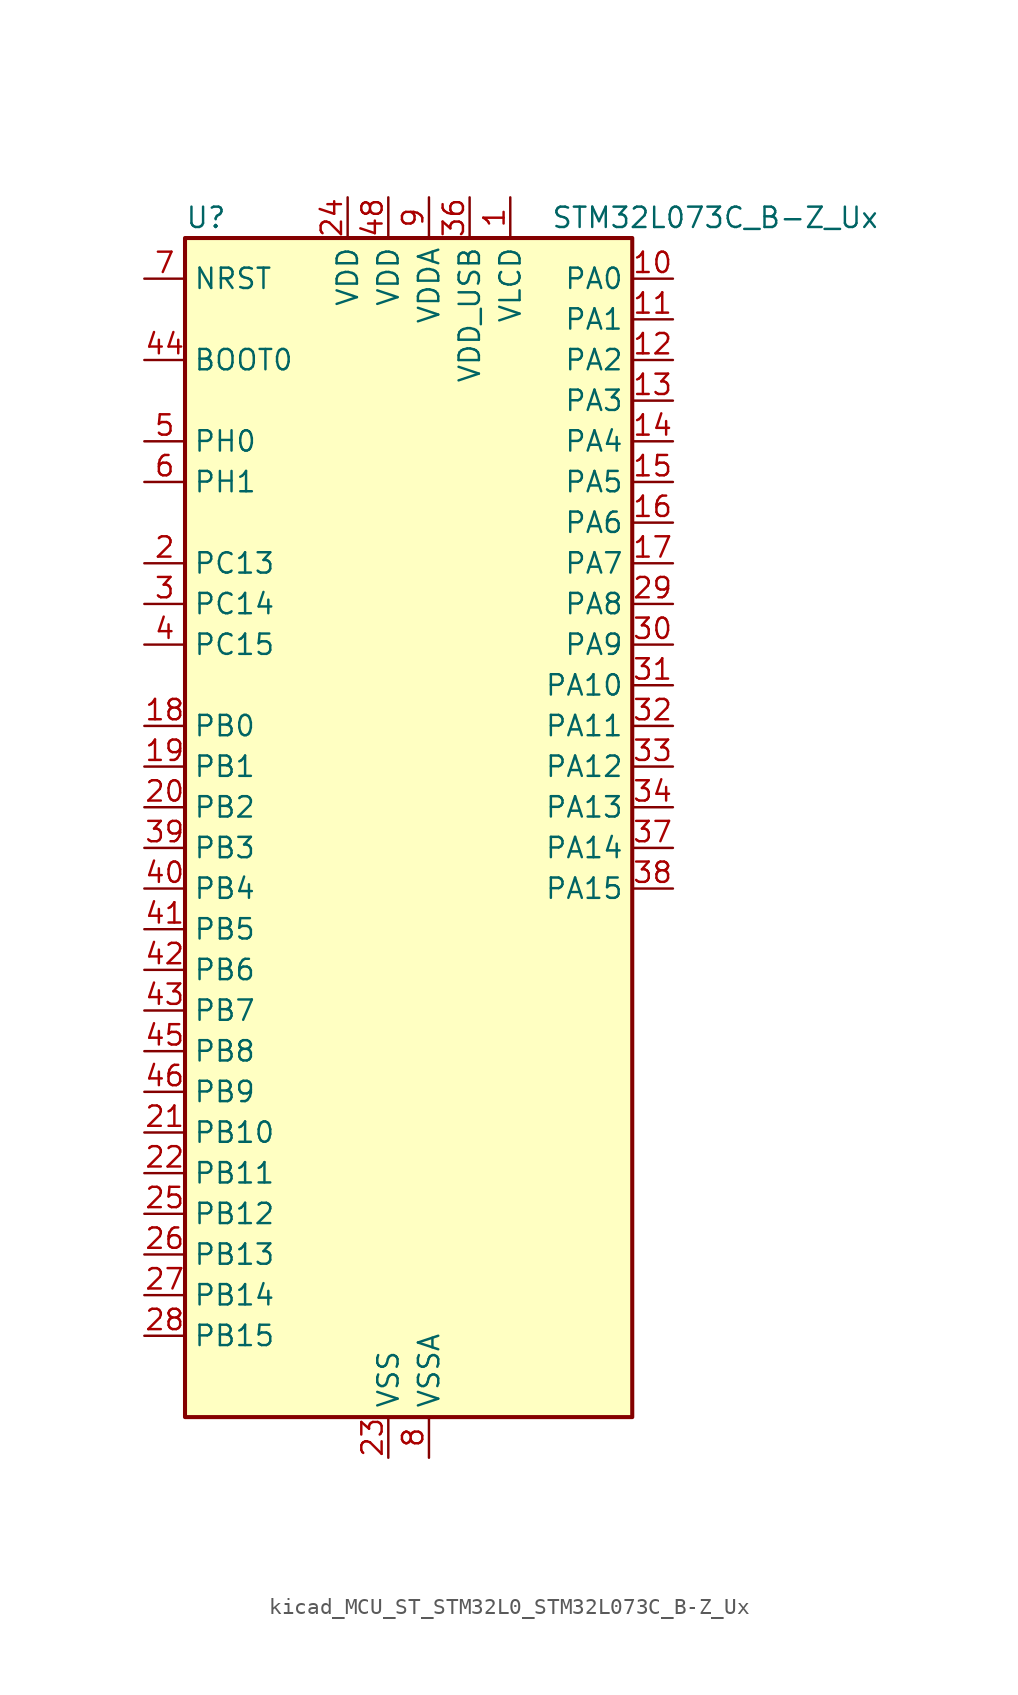
<source format=kicad_sym>
(kicad_symbol_lib
  (version 20220914)
  (generator kicad_symbol_editor)
  (symbol "kicad_MCU_ST_STM32L0_STM32L073C_B-Z_Ux"
    (property "Reference" "U"
      (at -12.7 39.37 0)
      (effects (font (size 1.27 1.27)) (justify left)))
    (property "Value" "STM32L073C_B-Z_Ux"
      (at 10.16 39.37 0)
      (effects (font (size 1.27 1.27)) (justify left)))
    (property "ki_locked" ""
      (at 0 0 0)
      (effects (font (size 1.27 1.27))))
    (symbol "kicad_MCU_ST_STM32L0_STM32L073C_B-Z_Ux_0_1"
      (rectangle (start -12.7 -35.56) (end 15.24 38.1) (stroke (width 0.254) (type default)) (fill (type background))))
    (symbol "kicad_MCU_ST_STM32L0_STM32L073C_B-Z_Ux_1_1"
      (pin power_in line (at 7.62 40.64 270) (length 2.54) (name "VLCD" (effects (font (size 1.27 1.27)))) (number "1" (effects (font (size 1.27 1.27)))))
      (pin bidirectional line (at 17.78 35.56 180) (length 2.54) (name "PA0" (effects (font (size 1.27 1.27)))) (number "10" (effects (font (size 1.27 1.27)))) (alternate "ADC_IN0" bidirectional line) (alternate "COMP1_INM" bidirectional line) (alternate "COMP1_OUT" bidirectional line) (alternate "RTC_TAMP2" bidirectional line) (alternate "SYS_WKUP1" bidirectional line) (alternate "TIM2_CH1" bidirectional line) (alternate "TIM2_ETR" bidirectional line) (alternate "TSC_G1_IO1" bidirectional line) (alternate "USART2_CTS" bidirectional line) (alternate "USART4_TX" bidirectional line))
      (pin bidirectional line (at 17.78 33.02 180) (length 2.54) (name "PA1" (effects (font (size 1.27 1.27)))) (number "11" (effects (font (size 1.27 1.27)))) (alternate "ADC_IN1" bidirectional line) (alternate "COMP1_INP" bidirectional line) (alternate "LCD_SEG0" bidirectional line) (alternate "TIM21_ETR" bidirectional line) (alternate "TIM2_CH2" bidirectional line) (alternate "TSC_G1_IO2" bidirectional line) (alternate "USART2_DE" bidirectional line) (alternate "USART2_RTS" bidirectional line) (alternate "USART4_RX" bidirectional line))
      (pin bidirectional line (at 17.78 30.48 180) (length 2.54) (name "PA2" (effects (font (size 1.27 1.27)))) (number "12" (effects (font (size 1.27 1.27)))) (alternate "ADC_IN2" bidirectional line) (alternate "COMP2_INM" bidirectional line) (alternate "COMP2_OUT" bidirectional line) (alternate "LCD_SEG1" bidirectional line) (alternate "LPUART1_TX" bidirectional line) (alternate "TIM21_CH1" bidirectional line) (alternate "TIM2_CH3" bidirectional line) (alternate "TSC_G1_IO3" bidirectional line) (alternate "USART2_TX" bidirectional line))
      (pin bidirectional line (at 17.78 27.94 180) (length 2.54) (name "PA3" (effects (font (size 1.27 1.27)))) (number "13" (effects (font (size 1.27 1.27)))) (alternate "ADC_IN3" bidirectional line) (alternate "COMP2_INP" bidirectional line) (alternate "LCD_SEG2" bidirectional line) (alternate "LPUART1_RX" bidirectional line) (alternate "TIM21_CH2" bidirectional line) (alternate "TIM2_CH4" bidirectional line) (alternate "TSC_G1_IO4" bidirectional line) (alternate "USART2_RX" bidirectional line))
      (pin bidirectional line (at 17.78 25.4 180) (length 2.54) (name "PA4" (effects (font (size 1.27 1.27)))) (number "14" (effects (font (size 1.27 1.27)))) (alternate "ADC_IN4" bidirectional line) (alternate "COMP1_INM" bidirectional line) (alternate "COMP2_INM" bidirectional line) (alternate "DAC_OUT1" bidirectional line) (alternate "SPI1_NSS" bidirectional line) (alternate "TIM22_ETR" bidirectional line) (alternate "TSC_G2_IO1" bidirectional line) (alternate "USART2_CK" bidirectional line))
      (pin bidirectional line (at 17.78 22.86 180) (length 2.54) (name "PA5" (effects (font (size 1.27 1.27)))) (number "15" (effects (font (size 1.27 1.27)))) (alternate "ADC_IN5" bidirectional line) (alternate "COMP1_INM" bidirectional line) (alternate "COMP2_INM" bidirectional line) (alternate "DAC_OUT2" bidirectional line) (alternate "SPI1_SCK" bidirectional line) (alternate "TIM2_CH1" bidirectional line) (alternate "TIM2_ETR" bidirectional line) (alternate "TSC_G2_IO2" bidirectional line))
      (pin bidirectional line (at 17.78 20.32 180) (length 2.54) (name "PA6" (effects (font (size 1.27 1.27)))) (number "16" (effects (font (size 1.27 1.27)))) (alternate "ADC_IN6" bidirectional line) (alternate "COMP1_OUT" bidirectional line) (alternate "LCD_SEG3" bidirectional line) (alternate "LPUART1_CTS" bidirectional line) (alternate "SPI1_MISO" bidirectional line) (alternate "TIM22_CH1" bidirectional line) (alternate "TIM3_CH1" bidirectional line) (alternate "TSC_G2_IO3" bidirectional line))
      (pin bidirectional line (at 17.78 17.78 180) (length 2.54) (name "PA7" (effects (font (size 1.27 1.27)))) (number "17" (effects (font (size 1.27 1.27)))) (alternate "ADC_IN7" bidirectional line) (alternate "COMP2_OUT" bidirectional line) (alternate "LCD_SEG4" bidirectional line) (alternate "SPI1_MOSI" bidirectional line) (alternate "TIM22_CH2" bidirectional line) (alternate "TIM3_CH2" bidirectional line) (alternate "TSC_G2_IO4" bidirectional line))
      (pin bidirectional line (at -15.24 7.62 0) (length 2.54) (name "PB0" (effects (font (size 1.27 1.27)))) (number "18" (effects (font (size 1.27 1.27)))) (alternate "ADC_IN8" bidirectional line) (alternate "LCD_SEG5" bidirectional line) (alternate "LCD_VLCD3" bidirectional line) (alternate "SYS_VREF_OUT_PB0" bidirectional line) (alternate "TIM3_CH3" bidirectional line) (alternate "TSC_G3_IO2" bidirectional line))
      (pin bidirectional line (at -15.24 5.08 0) (length 2.54) (name "PB1" (effects (font (size 1.27 1.27)))) (number "19" (effects (font (size 1.27 1.27)))) (alternate "ADC_IN9" bidirectional line) (alternate "LCD_SEG6" bidirectional line) (alternate "LPUART1_DE" bidirectional line) (alternate "LPUART1_RTS" bidirectional line) (alternate "SYS_VREF_OUT_PB1" bidirectional line) (alternate "TIM3_CH4" bidirectional line) (alternate "TSC_G3_IO3" bidirectional line))
      (pin bidirectional line (at -15.24 17.78 0) (length 2.54) (name "PC13" (effects (font (size 1.27 1.27)))) (number "2" (effects (font (size 1.27 1.27)))) (alternate "RTC_OUT_ALARM" bidirectional line) (alternate "RTC_OUT_CALIB" bidirectional line) (alternate "RTC_TAMP1" bidirectional line) (alternate "RTC_TS" bidirectional line) (alternate "SYS_WKUP2" bidirectional line))
      (pin bidirectional line (at -15.24 2.54 0) (length 2.54) (name "PB2" (effects (font (size 1.27 1.27)))) (number "20" (effects (font (size 1.27 1.27)))) (alternate "I2C3_SMBA" bidirectional line) (alternate "LCD_VLCD2" bidirectional line) (alternate "LPTIM1_OUT" bidirectional line) (alternate "TSC_G3_IO4" bidirectional line))
      (pin bidirectional line (at -15.24 -17.78 0) (length 2.54) (name "PB10" (effects (font (size 1.27 1.27)))) (number "21" (effects (font (size 1.27 1.27)))) (alternate "I2C2_SCL" bidirectional line) (alternate "LCD_SEG10" bidirectional line) (alternate "LPUART1_RX" bidirectional line) (alternate "LPUART1_TX" bidirectional line) (alternate "SPI2_SCK" bidirectional line) (alternate "TIM2_CH3" bidirectional line) (alternate "TSC_SYNC" bidirectional line))
      (pin bidirectional line (at -15.24 -20.32 0) (length 2.54) (name "PB11" (effects (font (size 1.27 1.27)))) (number "22" (effects (font (size 1.27 1.27)))) (alternate "ADC_EXTI11" bidirectional line) (alternate "I2C2_SDA" bidirectional line) (alternate "LCD_SEG11" bidirectional line) (alternate "LPUART1_RX" bidirectional line) (alternate "LPUART1_TX" bidirectional line) (alternate "TIM2_CH4" bidirectional line) (alternate "TSC_G6_IO1" bidirectional line))
      (pin power_in line (at 0 -38.1 90) (length 2.54) (name "VSS" (effects (font (size 1.27 1.27)))) (number "23" (effects (font (size 1.27 1.27)))))
      (pin power_in line (at -2.54 40.64 270) (length 2.54) (name "VDD" (effects (font (size 1.27 1.27)))) (number "24" (effects (font (size 1.27 1.27)))))
      (pin bidirectional line (at -15.24 -22.86 0) (length 2.54) (name "PB12" (effects (font (size 1.27 1.27)))) (number "25" (effects (font (size 1.27 1.27)))) (alternate "I2S2_WS" bidirectional line) (alternate "LCD_SEG12" bidirectional line) (alternate "LCD_VLCD2" bidirectional line) (alternate "LPUART1_DE" bidirectional line) (alternate "LPUART1_RTS" bidirectional line) (alternate "SPI2_NSS" bidirectional line) (alternate "TSC_G6_IO2" bidirectional line))
      (pin bidirectional line (at -15.24 -25.4 0) (length 2.54) (name "PB13" (effects (font (size 1.27 1.27)))) (number "26" (effects (font (size 1.27 1.27)))) (alternate "I2C2_SCL" bidirectional line) (alternate "I2S2_CK" bidirectional line) (alternate "LCD_SEG13" bidirectional line) (alternate "LPUART1_CTS" bidirectional line) (alternate "RCC_MCO" bidirectional line) (alternate "SPI2_SCK" bidirectional line) (alternate "TIM21_CH1" bidirectional line) (alternate "TSC_G6_IO3" bidirectional line))
      (pin bidirectional line (at -15.24 -27.94 0) (length 2.54) (name "PB14" (effects (font (size 1.27 1.27)))) (number "27" (effects (font (size 1.27 1.27)))) (alternate "I2C2_SDA" bidirectional line) (alternate "I2S2_MCK" bidirectional line) (alternate "LCD_SEG14" bidirectional line) (alternate "LPUART1_DE" bidirectional line) (alternate "LPUART1_RTS" bidirectional line) (alternate "RTC_OUT_ALARM" bidirectional line) (alternate "RTC_OUT_CALIB" bidirectional line) (alternate "SPI2_MISO" bidirectional line) (alternate "TIM21_CH2" bidirectional line) (alternate "TSC_G6_IO4" bidirectional line))
      (pin bidirectional line (at -15.24 -30.48 0) (length 2.54) (name "PB15" (effects (font (size 1.27 1.27)))) (number "28" (effects (font (size 1.27 1.27)))) (alternate "I2S2_SD" bidirectional line) (alternate "LCD_SEG15" bidirectional line) (alternate "RTC_REFIN" bidirectional line) (alternate "SPI2_MOSI" bidirectional line))
      (pin bidirectional line (at 17.78 15.24 180) (length 2.54) (name "PA8" (effects (font (size 1.27 1.27)))) (number "29" (effects (font (size 1.27 1.27)))) (alternate "CRS_SYNC" bidirectional line) (alternate "I2C3_SCL" bidirectional line) (alternate "LCD_COM0" bidirectional line) (alternate "RCC_MCO" bidirectional line) (alternate "USART1_CK" bidirectional line))
      (pin bidirectional line (at -15.24 15.24 0) (length 2.54) (name "PC14" (effects (font (size 1.27 1.27)))) (number "3" (effects (font (size 1.27 1.27)))) (alternate "RCC_OSC32_IN" bidirectional line))
      (pin bidirectional line (at 17.78 12.7 180) (length 2.54) (name "PA9" (effects (font (size 1.27 1.27)))) (number "30" (effects (font (size 1.27 1.27)))) (alternate "DAC_EXTI9" bidirectional line) (alternate "I2C1_SCL" bidirectional line) (alternate "I2C3_SMBA" bidirectional line) (alternate "LCD_COM1" bidirectional line) (alternate "RCC_MCO" bidirectional line) (alternate "TSC_G4_IO1" bidirectional line) (alternate "USART1_TX" bidirectional line))
      (pin bidirectional line (at 17.78 10.16 180) (length 2.54) (name "PA10" (effects (font (size 1.27 1.27)))) (number "31" (effects (font (size 1.27 1.27)))) (alternate "I2C1_SDA" bidirectional line) (alternate "LCD_COM2" bidirectional line) (alternate "TSC_G4_IO2" bidirectional line) (alternate "USART1_RX" bidirectional line))
      (pin bidirectional line (at 17.78 7.62 180) (length 2.54) (name "PA11" (effects (font (size 1.27 1.27)))) (number "32" (effects (font (size 1.27 1.27)))) (alternate "ADC_EXTI11" bidirectional line) (alternate "COMP1_OUT" bidirectional line) (alternate "SPI1_MISO" bidirectional line) (alternate "TSC_G4_IO3" bidirectional line) (alternate "USART1_CTS" bidirectional line) (alternate "USB_DM" bidirectional line))
      (pin bidirectional line (at 17.78 5.08 180) (length 2.54) (name "PA12" (effects (font (size 1.27 1.27)))) (number "33" (effects (font (size 1.27 1.27)))) (alternate "COMP2_OUT" bidirectional line) (alternate "SPI1_MOSI" bidirectional line) (alternate "TSC_G4_IO4" bidirectional line) (alternate "USART1_DE" bidirectional line) (alternate "USART1_RTS" bidirectional line) (alternate "USB_DP" bidirectional line))
      (pin bidirectional line (at 17.78 2.54 180) (length 2.54) (name "PA13" (effects (font (size 1.27 1.27)))) (number "34" (effects (font (size 1.27 1.27)))) (alternate "LPUART1_RX" bidirectional line) (alternate "SYS_SWDIO" bidirectional line) (alternate "USB_NOE" bidirectional line))
      (pin passive line (at 0 -38.1 90) (length 2.54) hide (name "VSS" (effects (font (size 1.27 1.27)))) (number "35" (effects (font (size 1.27 1.27)))))
      (pin power_in line (at 5.08 40.64 270) (length 2.54) (name "VDD_USB" (effects (font (size 1.27 1.27)))) (number "36" (effects (font (size 1.27 1.27)))))
      (pin bidirectional line (at 17.78 0 180) (length 2.54) (name "PA14" (effects (font (size 1.27 1.27)))) (number "37" (effects (font (size 1.27 1.27)))) (alternate "LPUART1_TX" bidirectional line) (alternate "SYS_SWCLK" bidirectional line) (alternate "USART2_TX" bidirectional line))
      (pin bidirectional line (at 17.78 -2.54 180) (length 2.54) (name "PA15" (effects (font (size 1.27 1.27)))) (number "38" (effects (font (size 1.27 1.27)))) (alternate "LCD_SEG17" bidirectional line) (alternate "SPI1_NSS" bidirectional line) (alternate "TIM2_CH1" bidirectional line) (alternate "TIM2_ETR" bidirectional line) (alternate "USART2_RX" bidirectional line) (alternate "USART4_DE" bidirectional line) (alternate "USART4_RTS" bidirectional line))
      (pin bidirectional line (at -15.24 0 0) (length 2.54) (name "PB3" (effects (font (size 1.27 1.27)))) (number "39" (effects (font (size 1.27 1.27)))) (alternate "COMP2_INM" bidirectional line) (alternate "LCD_SEG7" bidirectional line) (alternate "SPI1_SCK" bidirectional line) (alternate "TIM2_CH2" bidirectional line) (alternate "TSC_G5_IO1" bidirectional line) (alternate "USART1_DE" bidirectional line) (alternate "USART1_RTS" bidirectional line) (alternate "USART5_TX" bidirectional line))
      (pin bidirectional line (at -15.24 12.7 0) (length 2.54) (name "PC15" (effects (font (size 1.27 1.27)))) (number "4" (effects (font (size 1.27 1.27)))) (alternate "RCC_OSC32_OUT" bidirectional line))
      (pin bidirectional line (at -15.24 -2.54 0) (length 2.54) (name "PB4" (effects (font (size 1.27 1.27)))) (number "40" (effects (font (size 1.27 1.27)))) (alternate "COMP2_INP" bidirectional line) (alternate "I2C3_SDA" bidirectional line) (alternate "LCD_SEG8" bidirectional line) (alternate "SPI1_MISO" bidirectional line) (alternate "TIM22_CH1" bidirectional line) (alternate "TIM3_CH1" bidirectional line) (alternate "TSC_G5_IO2" bidirectional line) (alternate "USART1_CTS" bidirectional line) (alternate "USART5_RX" bidirectional line))
      (pin bidirectional line (at -15.24 -5.08 0) (length 2.54) (name "PB5" (effects (font (size 1.27 1.27)))) (number "41" (effects (font (size 1.27 1.27)))) (alternate "COMP2_INP" bidirectional line) (alternate "I2C1_SMBA" bidirectional line) (alternate "LCD_SEG9" bidirectional line) (alternate "LPTIM1_IN1" bidirectional line) (alternate "SPI1_MOSI" bidirectional line) (alternate "TIM22_CH2" bidirectional line) (alternate "TIM3_CH2" bidirectional line) (alternate "USART1_CK" bidirectional line) (alternate "USART5_CK" bidirectional line) (alternate "USART5_DE" bidirectional line) (alternate "USART5_RTS" bidirectional line))
      (pin bidirectional line (at -15.24 -7.62 0) (length 2.54) (name "PB6" (effects (font (size 1.27 1.27)))) (number "42" (effects (font (size 1.27 1.27)))) (alternate "COMP2_INP" bidirectional line) (alternate "I2C1_SCL" bidirectional line) (alternate "LPTIM1_ETR" bidirectional line) (alternate "TSC_G5_IO3" bidirectional line) (alternate "USART1_TX" bidirectional line))
      (pin bidirectional line (at -15.24 -10.16 0) (length 2.54) (name "PB7" (effects (font (size 1.27 1.27)))) (number "43" (effects (font (size 1.27 1.27)))) (alternate "COMP2_INP" bidirectional line) (alternate "I2C1_SDA" bidirectional line) (alternate "LPTIM1_IN2" bidirectional line) (alternate "SYS_PVD_IN" bidirectional line) (alternate "TSC_G5_IO4" bidirectional line) (alternate "USART1_RX" bidirectional line) (alternate "USART4_CTS" bidirectional line))
      (pin input line (at -15.24 30.48 0) (length 2.54) (name "BOOT0" (effects (font (size 1.27 1.27)))) (number "44" (effects (font (size 1.27 1.27)))))
      (pin bidirectional line (at -15.24 -12.7 0) (length 2.54) (name "PB8" (effects (font (size 1.27 1.27)))) (number "45" (effects (font (size 1.27 1.27)))) (alternate "I2C1_SCL" bidirectional line) (alternate "LCD_SEG16" bidirectional line) (alternate "TSC_SYNC" bidirectional line))
      (pin bidirectional line (at -15.24 -15.24 0) (length 2.54) (name "PB9" (effects (font (size 1.27 1.27)))) (number "46" (effects (font (size 1.27 1.27)))) (alternate "DAC_EXTI9" bidirectional line) (alternate "I2C1_SDA" bidirectional line) (alternate "I2S2_WS" bidirectional line) (alternate "LCD_COM3" bidirectional line) (alternate "SPI2_NSS" bidirectional line))
      (pin passive line (at 0 -38.1 90) (length 2.54) hide (name "VSS" (effects (font (size 1.27 1.27)))) (number "47" (effects (font (size 1.27 1.27)))))
      (pin power_in line (at 0 40.64 270) (length 2.54) (name "VDD" (effects (font (size 1.27 1.27)))) (number "48" (effects (font (size 1.27 1.27)))))
      (pin passive line (at 0 -38.1 90) (length 2.54) hide (name "VSS" (effects (font (size 1.27 1.27)))) (number "49" (effects (font (size 1.27 1.27)))))
      (pin bidirectional line (at -15.24 25.4 0) (length 2.54) (name "PH0" (effects (font (size 1.27 1.27)))) (number "5" (effects (font (size 1.27 1.27)))) (alternate "CRS_SYNC" bidirectional line) (alternate "RCC_OSC_IN" bidirectional line))
      (pin bidirectional line (at -15.24 22.86 0) (length 2.54) (name "PH1" (effects (font (size 1.27 1.27)))) (number "6" (effects (font (size 1.27 1.27)))) (alternate "RCC_OSC_OUT" bidirectional line))
      (pin input line (at -15.24 35.56 0) (length 2.54) (name "NRST" (effects (font (size 1.27 1.27)))) (number "7" (effects (font (size 1.27 1.27)))))
      (pin power_in line (at 2.54 -38.1 90) (length 2.54) (name "VSSA" (effects (font (size 1.27 1.27)))) (number "8" (effects (font (size 1.27 1.27)))))
      (pin power_in line (at 2.54 40.64 270) (length 2.54) (name "VDDA" (effects (font (size 1.27 1.27)))) (number "9" (effects (font (size 1.27 1.27))))))))
</source>
